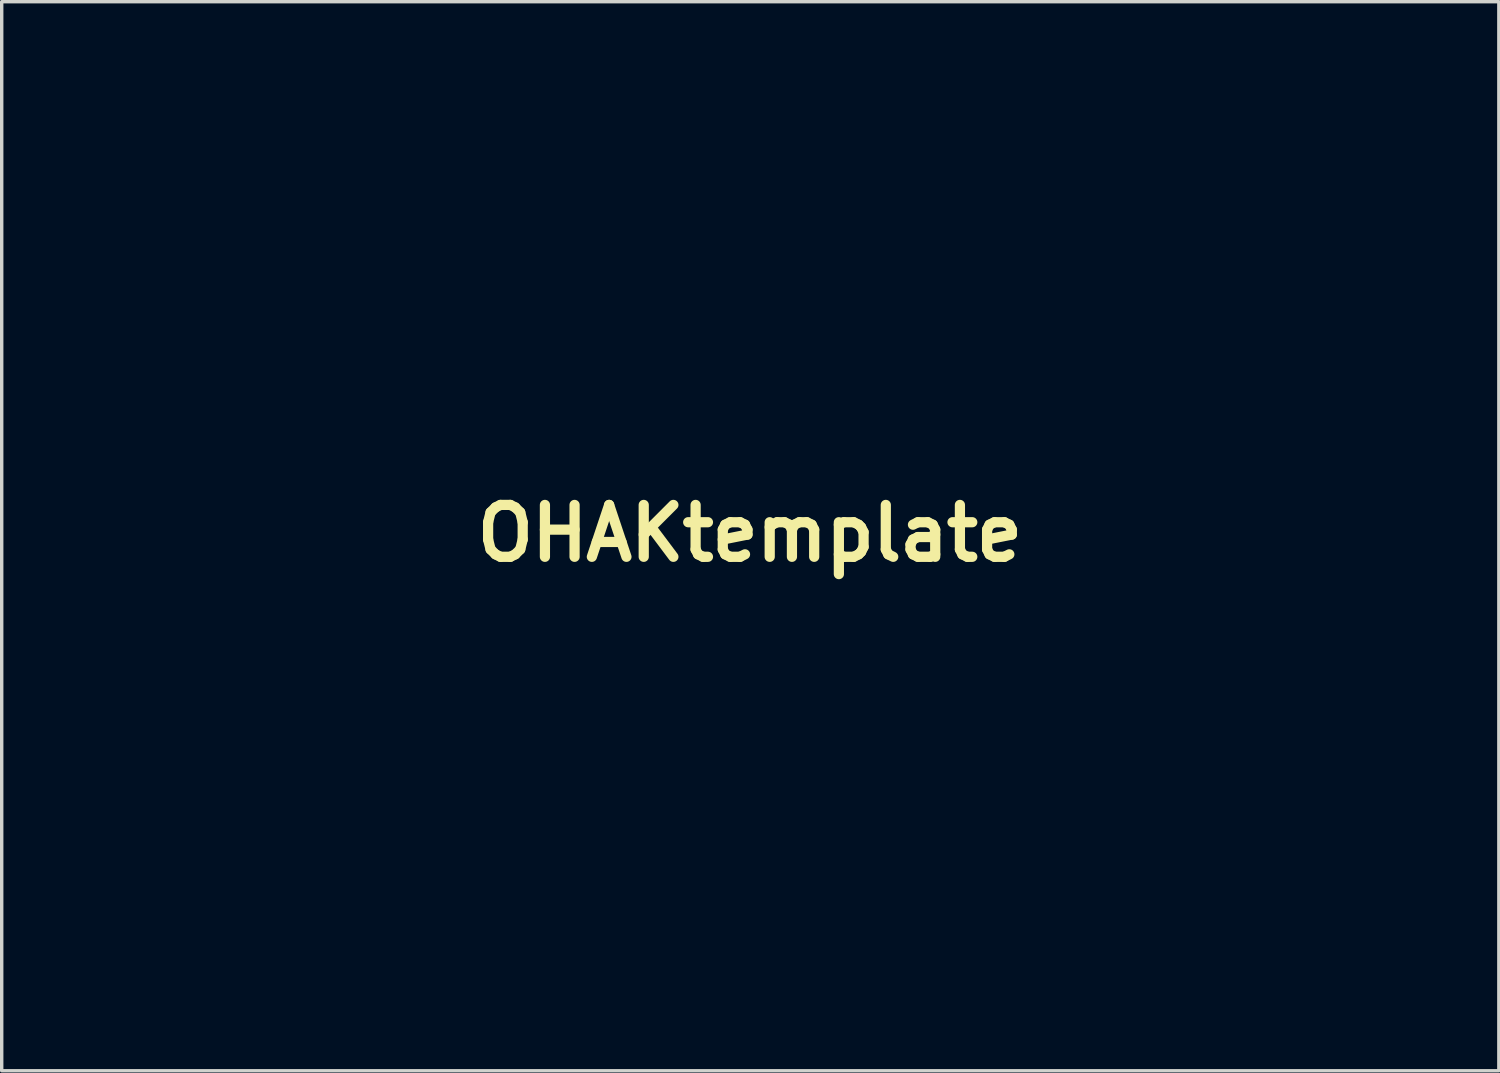
<source format=kicad_pcb>
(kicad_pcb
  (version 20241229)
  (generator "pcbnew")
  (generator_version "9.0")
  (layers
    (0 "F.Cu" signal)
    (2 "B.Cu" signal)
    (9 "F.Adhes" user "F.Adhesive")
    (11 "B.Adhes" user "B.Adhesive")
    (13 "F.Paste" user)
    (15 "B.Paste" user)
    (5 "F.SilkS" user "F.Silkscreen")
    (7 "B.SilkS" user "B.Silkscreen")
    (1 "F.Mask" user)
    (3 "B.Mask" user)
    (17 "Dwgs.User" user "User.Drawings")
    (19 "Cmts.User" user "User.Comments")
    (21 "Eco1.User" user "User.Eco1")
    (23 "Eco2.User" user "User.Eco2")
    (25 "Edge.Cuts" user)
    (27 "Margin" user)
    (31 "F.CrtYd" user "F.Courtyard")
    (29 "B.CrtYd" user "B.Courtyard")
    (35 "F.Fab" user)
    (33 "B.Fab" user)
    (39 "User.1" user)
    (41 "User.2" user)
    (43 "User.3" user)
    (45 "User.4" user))
  (footprint "OHAKtemplate"
    (layer "F.Cu")
    (at 18.983 12.619)
    (property "Reference" "OHAKtemplate" (at 0 0 0) (layer "F.SilkS") (effects (font (size 1.524 1.524) (thickness 0.3))))
    (attr through_hole)
    (fp_poly (pts (xy -6.111 -8.147) (xy -5.985 -7.965) (xy -5.948 -7.544) (xy -5.947 -7.539) (xy -5.957 -7.136) (xy -6.031 -7.012) (xy -6.161 -7.083) (xy -6.437 -7.186) (xy -6.623 -7.083) (xy -6.771 -7.015) (xy -6.833 -7.181) (xy -6.837 -7.539) (xy -6.8 -7.962) (xy -6.674 -8.146) (xy -6.395 -8.186) (xy -6.392 -8.186) (xy -6.111 -8.147)) (stroke (width 0.01) (type solid)) (fill no) (layer "Eco1.User"))
    (fp_poly (pts (xy -4.845 -5.666) (xy -4.715 -5.47) (xy -4.71 -5.383) (xy -4.831 -5.097) (xy -5.004 -5.041) (xy -5.207 -5.022) (xy -5.116 -4.931) (xy -5.001 -4.863) (xy -4.801 -4.659) (xy -4.8 -4.531) (xy -5.043 -4.397) (xy -5.392 -4.39) (xy -5.607 -4.486) (xy -5.684 -4.716) (xy -5.719 -5.125) (xy -5.719 -5.158) (xy -5.687 -5.542) (xy -5.529 -5.694) (xy -5.215 -5.719) (xy -4.845 -5.666)) (stroke (width 0.01) (type solid)) (fill no) (layer "Eco1.User"))
    (fp_poly (pts (xy -9.867 -8.653) (xy -9.661 -8.393) (xy -9.736 -7.981) (xy -9.83 -7.814) (xy -9.988 -7.527) (xy -9.938 -7.388) (xy -9.823 -7.334) (xy -9.654 -7.167) (xy -9.671 -7.066) (xy -9.888 -6.949) (xy -10.255 -6.902) (xy -10.636 -6.923) (xy -10.894 -7.012) (xy -10.934 -7.083) (xy -10.813 -7.308) (xy -10.522 -7.593) (xy -10.513 -7.6) (xy -10.204 -7.924) (xy -10.099 -8.207) (xy -10.209 -8.372) (xy -10.403 -8.379) (xy -10.694 -8.412) (xy -10.782 -8.495) (xy -10.685 -8.624) (xy -10.358 -8.71) (xy -10.324 -8.714) (xy -9.867 -8.653)) (stroke (width 0.01) (type solid)) (fill no) (layer "Eco1.User"))
    (fp_poly (pts (xy -8.534 -8.664) (xy -8.31 -8.345) (xy -8.245 -7.813) (xy -8.337 -7.3) (xy -8.575 -6.984) (xy -8.894 -6.909) (xy -9.228 -7.121) (xy -9.242 -7.137) (xy -9.36 -7.455) (xy -9.388 -7.839) (xy -9.059 -7.839) (xy -8.971 -7.563) (xy -8.804 -7.463) (xy -8.748 -7.485) (xy -8.604 -7.723) (xy -8.579 -7.906) (xy -8.657 -8.223) (xy -8.829 -8.343) (xy -9 -8.211) (xy -9.019 -8.169) (xy -9.059 -7.839) (xy -9.388 -7.839) (xy -9.394 -7.928) (xy -9.389 -8.02) (xy -9.315 -8.458) (xy -9.146 -8.662) (xy -8.934 -8.72) (xy -8.534 -8.664)) (stroke (width 0.01) (type solid)) (fill no) (layer "Eco1.User"))
    (fp_poly (pts (xy -2.23 -8.737) (xy -2.031 -8.631) (xy -2.019 -8.579) (xy -2.161 -8.447) (xy -2.397 -8.408) (xy -2.649 -8.396) (xy -2.617 -8.331) (xy -2.356 -8.194) (xy -1.977 -7.87) (xy -1.877 -7.47) (xy -2.025 -7.141) (xy -2.395 -6.919) (xy -2.811 -6.975) (xy -3.028 -7.149) (xy -3.13 -7.332) (xy -2.971 -7.396) (xy -2.796 -7.401) (xy -2.441 -7.486) (xy -2.355 -7.657) (xy -2.446 -7.831) (xy -2.76 -7.811) (xy -2.775 -7.807) (xy -3.106 -7.808) (xy -3.206 -8.043) (xy -3.094 -8.481) (xy -2.9 -8.649) (xy -2.566 -8.739) (xy -2.23 -8.737)) (stroke (width 0.01) (type solid)) (fill no) (layer "Eco1.User"))
    (fp_poly (pts (xy -3.995 -8.716) (xy -3.589 -8.617) (xy -3.415 -8.381) (xy -3.393 -8.271) (xy -3.468 -7.856) (xy -3.627 -7.667) (xy -3.822 -7.493) (xy -3.738 -7.39) (xy -3.64 -7.35) (xy -3.403 -7.173) (xy -3.364 -7.07) (xy -3.507 -6.959) (xy -3.843 -6.905) (xy -4.232 -6.91) (xy -4.535 -6.98) (xy -4.61 -7.039) (xy -4.556 -7.232) (xy -4.313 -7.544) (xy -4.199 -7.659) (xy -3.822 -8.072) (xy -3.725 -8.313) (xy -3.91 -8.379) (xy -4.121 -8.342) (xy -4.442 -8.314) (xy -4.541 -8.48) (xy -4.542 -8.502) (xy -4.449 -8.686) (xy -4.125 -8.725) (xy -3.995 -8.716)) (stroke (width 0.01) (type solid)) (fill no) (layer "Eco1.User"))
    (fp_poly (pts (xy -14.146 9.12) (xy -13.496 9.139) (xy -13.081 9.17) (xy -12.952 9.206) (xy -13.111 9.248) (xy -13.548 9.278) (xy -14.206 9.294) (xy -15.027 9.295) (xy -15.517 9.288) (xy -16.667 9.27) (xy -17.521 9.272) (xy -18.12 9.301) (xy -18.506 9.366) (xy -18.72 9.476) (xy -18.801 9.638) (xy -18.792 9.863) (xy -18.774 9.96) (xy -18.616 10.507) (xy -18.417 10.988) (xy -18.249 11.399) (xy -18.257 11.557) (xy -18.418 11.438) (xy -18.607 11.18) (xy -18.81 10.685) (xy -18.911 10.055) (xy -18.915 9.946) (xy -18.924 9.168) (xy -15.938 9.122) (xy -14.978 9.114) (xy -14.146 9.12)) (stroke (width 0.01) (type solid)) (fill no) (layer "Eco1.User"))
    (fp_poly (pts (xy -3.366 -5.674) (xy -3.205 -5.515) (xy -3.196 -5.435) (xy -3.17 -5.259) (xy -3.051 -5.353) (xy -2.957 -5.477) (xy -2.729 -5.714) (xy -2.62 -5.667) (xy -2.637 -5.37) (xy -2.788 -4.856) (xy -2.812 -4.789) (xy -3.084 -4.187) (xy -3.334 -3.913) (xy -3.568 -3.961) (xy -3.584 -3.976) (xy -3.592 -4.181) (xy -3.512 -4.314) (xy -3.406 -4.628) (xy -3.453 -5.006) (xy -3.615 -5.301) (xy -3.788 -5.383) (xy -3.985 -5.232) (xy -4.037 -4.878) (xy -4.086 -4.524) (xy -4.203 -4.374) (xy -4.205 -4.374) (xy -4.311 -4.523) (xy -4.369 -4.896) (xy -4.374 -5.046) (xy -4.356 -5.477) (xy -4.246 -5.669) (xy -3.958 -5.718) (xy -3.785 -5.719) (xy -3.366 -5.674)) (stroke (width 0.01) (type solid)) (fill no) (layer "Eco1.User"))
    (fp_poly (pts (xy -6.302 -6.143) (xy -6.081 -5.865) (xy -5.942 -5.573) (xy -6.025 -5.405) (xy -6.082 -5.365) (xy -6.222 -5.207) (xy -6.139 -4.956) (xy -6.086 -4.867) (xy -5.943 -4.523) (xy -6.049 -4.382) (xy -6.301 -4.432) (xy -6.498 -4.658) (xy -6.56 -4.957) (xy -6.647 -5.299) (xy -6.813 -5.383) (xy -7.021 -5.261) (xy -7.05 -5.006) (xy -6.897 -4.794) (xy -6.735 -4.579) (xy -6.728 -4.532) (xy -6.847 -4.39) (xy -7.092 -4.398) (xy -7.295 -4.539) (xy -7.317 -4.584) (xy -7.398 -4.996) (xy -7.437 -5.541) (xy -7.427 -5.929) (xy -7.321 -6.177) (xy -7.154 -6.2) (xy -7.065 -5.981) (xy -7.065 -5.972) (xy -6.93 -5.749) (xy -6.813 -5.719) (xy -6.59 -5.854) (xy -6.56 -5.972) (xy -6.488 -6.201) (xy -6.302 -6.143)) (stroke (width 0.01) (type solid)) (fill no) (layer "Eco1.User"))
    (fp_poly (pts (xy 18.997 9.913) (xy 18.873 10.581) (xy 18.514 11.288) (xy 17.985 11.929) (xy 17.521 12.299) (xy 16.755 12.784) (xy 0.009 12.78) (xy -16.737 12.776) (xy -17.368 12.411) (xy -17.828 12.11) (xy -17.985 11.94) (xy -17.856 11.921) (xy -17.457 12.078) (xy -17.217 12.2) (xy -16.435 12.616) (xy -0.048 12.616) (xy 2.664 12.616) (xy 5.061 12.615) (xy 7.162 12.614) (xy 8.989 12.611) (xy 10.563 12.606) (xy 11.903 12.599) (xy 13.03 12.589) (xy 13.966 12.577) (xy 14.731 12.561) (xy 15.345 12.541) (xy 15.829 12.517) (xy 16.204 12.489) (xy 16.49 12.455) (xy 16.709 12.416) (xy 16.88 12.371) (xy 17.024 12.319) (xy 17.136 12.273) (xy 17.774 11.903) (xy 18.249 11.38) (xy 18.62 10.628) (xy 18.77 10.191) (xy 18.904 9.812) (xy 18.975 9.744) (xy 18.997 9.913)) (stroke (width 0.01) (type solid)) (fill no) (layer "Eco1.User"))
    (fp_poly (pts (xy -9.775 -6.088) (xy -9.756 -5.972) (xy -9.617 -5.765) (xy -9.431 -5.719) (xy -9.123 -5.578) (xy -8.999 -5.38) (xy -8.856 -5.148) (xy -8.742 -5.133) (xy -8.661 -5.346) (xy -8.688 -5.472) (xy -8.669 -5.65) (xy -8.388 -5.716) (xy -8.26 -5.719) (xy -7.925 -5.694) (xy -7.777 -5.555) (xy -7.739 -5.204) (xy -7.738 -5.046) (xy -7.762 -4.612) (xy -7.871 -4.419) (xy -8.12 -4.374) (xy -8.138 -4.374) (xy -8.544 -4.479) (xy -8.756 -4.636) (xy -8.944 -4.813) (xy -9.077 -4.712) (xy -9.121 -4.636) (xy -9.39 -4.432) (xy -9.681 -4.374) (xy -9.917 -4.399) (xy -10.04 -4.529) (xy -10.086 -4.847) (xy -10.09 -5.13) (xy -9.756 -5.13) (xy -9.665 -4.907) (xy -9.588 -4.878) (xy -9.439 -5.014) (xy -9.42 -5.13) (xy -9.511 -5.354) (xy -9.588 -5.383) (xy -9.737 -5.247) (xy -9.756 -5.13) (xy -10.09 -5.13) (xy -10.093 -5.299) (xy -10.065 -5.805) (xy -9.994 -6.141) (xy -9.925 -6.224) (xy -9.775 -6.088)) (stroke (width 0.01) (type solid)) (fill no) (layer "Eco1.User"))
    (fp_poly (pts (xy 7.362 -12.614) (xy 9.25 -12.61) (xy 10.883 -12.603) (xy 12.28 -12.591) (xy 13.461 -12.572) (xy 14.449 -12.546) (xy 15.261 -12.511) (xy 15.919 -12.466) (xy 16.443 -12.409) (xy 16.852 -12.34) (xy 17.168 -12.257) (xy 17.411 -12.159) (xy 17.6 -12.045) (xy 17.756 -11.913) (xy 17.899 -11.762) (xy 18.049 -11.591) (xy 18.138 -11.492) (xy 18.508 -11.043) (xy 18.787 -10.618) (xy 18.853 -10.479) (xy 18.986 -9.933) (xy 18.986 -9.436) (xy 18.858 -9.097) (xy 18.76 -9.024) (xy 18.507 -8.988) (xy 17.999 -8.958) (xy 17.302 -8.934) (xy 16.484 -8.917) (xy 15.614 -8.908) (xy 14.758 -8.907) (xy 13.984 -8.915) (xy 13.359 -8.932) (xy 12.951 -8.957) (xy 12.827 -8.984) (xy 12.954 -9.016) (xy 13.365 -9.044) (xy 14.011 -9.065) (xy 14.839 -9.079) (xy 15.705 -9.083) (xy 16.838 -9.086) (xy 17.674 -9.103) (xy 18.251 -9.15) (xy 18.609 -9.241) (xy 18.786 -9.392) (xy 18.821 -9.617) (xy 18.754 -9.931) (xy 18.667 -10.212) (xy 18.25 -11.023) (xy 17.589 -11.731) (xy 17.074 -12.084) (xy 16.969 -12.13) (xy 16.819 -12.171) (xy 16.604 -12.207) (xy 16.304 -12.238) (xy 15.898 -12.265) (xy 15.368 -12.288) (xy 14.693 -12.307) (xy 13.852 -12.322) (xy 12.827 -12.335) (xy 11.597 -12.345) (xy 10.142 -12.352) (xy 8.443 -12.357) (xy 6.478 -12.361) (xy 4.229 -12.363) (xy 1.676 -12.363) (xy 0 -12.364) (xy -2.778 -12.364) (xy -5.239 -12.365) (xy -7.404 -12.364) (xy -9.292 -12.361) (xy -10.925 -12.355) (xy -12.321 -12.344) (xy -13.501 -12.327) (xy -14.485 -12.303) (xy -15.293 -12.271) (xy -15.945 -12.229) (xy -16.461 -12.176) (xy -16.861 -12.111) (xy -17.165 -12.033) (xy -17.394 -11.94) (xy -17.567 -11.832) (xy -17.704 -11.707) (xy -17.825 -11.564) (xy -17.951 -11.401) (xy -18.058 -11.269) (xy -18.357 -10.815) (xy -18.603 -10.271) (xy -18.759 -9.744) (xy -18.787 -9.346) (xy -18.753 -9.248) (xy -18.553 -9.189) (xy -18.061 -9.141) (xy -17.319 -9.106) (xy -16.372 -9.087) (xy -15.728 -9.083) (xy -14.771 -9.077) (xy -13.937 -9.057) (xy -13.281 -9.028) (xy -12.859 -8.992) (xy -12.726 -8.957) (xy -12.843 -8.896) (xy -13.256 -8.855) (xy -13.926 -8.836) (xy -14.815 -8.839) (xy -15.881 -8.864) (xy -17.087 -8.912) (xy -17.158 -8.915) (xy -17.946 -8.957) (xy -18.459 -9.002) (xy -18.76 -9.067) (xy -18.909 -9.167) (xy -18.968 -9.318) (xy -18.978 -9.381) (xy -18.925 -10.1) (xy -18.613 -10.851) (xy -18.097 -11.549) (xy -17.432 -12.108) (xy -17.08 -12.3) (xy -16.955 -12.351) (xy -16.803 -12.396) (xy -16.604 -12.436) (xy -16.339 -12.47) (xy -15.985 -12.5) (xy -15.524 -12.525) (xy -14.935 -12.546) (xy -14.196 -12.563) (xy -13.288 -12.577) (xy -12.19 -12.588) (xy -10.882 -12.596) (xy -9.343 -12.602) (xy -7.552 -12.607) (xy -5.489 -12.609) (xy -3.134 -12.611) (xy -0.467 -12.612) (xy -0.037 -12.612) (xy 2.739 -12.613) (xy 5.199 -12.614) (xy 7.362 -12.614)) (stroke (width 0.01) (type solid)) (fill no) (layer "Eco1.User"))
    (fp_poly (pts (xy 2.529 -11.606) (xy 4.655 -11.602) (xy 6.484 -11.596) (xy 8.032 -11.587) (xy 9.32 -11.574) (xy 10.366 -11.558) (xy 11.189 -11.538) (xy 11.808 -11.514) (xy 12.241 -11.485) (xy 12.509 -11.452) (xy 12.629 -11.413) (xy 12.64 -11.396) (xy 12.646 -11.194) (xy 12.655 -10.686) (xy 12.666 -9.901) (xy 12.68 -8.869) (xy 12.695 -7.621) (xy 12.712 -6.185) (xy 12.729 -4.592) (xy 12.748 -2.872) (xy 12.766 -1.093) (xy 12.868 8.999) (xy 15.808 9.046) (xy 16.771 9.067) (xy 17.616 9.099) (xy 18.285 9.137) (xy 18.723 9.179) (xy 18.869 9.214) (xy 18.75 9.249) (xy 18.345 9.275) (xy 17.703 9.289) (xy 16.875 9.291) (xy 15.937 9.28) (xy 14.842 9.257) (xy 14.033 9.23) (xy 13.462 9.194) (xy 13.078 9.143) (xy 12.832 9.071) (xy 12.675 8.974) (xy 12.604 8.901) (xy 12.286 8.652) (xy 12.049 8.579) (xy 11.928 8.619) (xy 11.848 8.778) (xy 11.801 9.111) (xy 11.78 9.675) (xy 11.775 10.429) (xy 11.775 12.279) (xy -1.514 12.279) (xy -1.514 11.102) (xy -1.177 11.102) (xy -1.177 11.943) (xy 11.607 11.943) (xy 11.607 11.102) (xy -1.177 11.102) (xy -1.514 11.102) (xy -1.514 9.083) (xy -1.177 9.083) (xy -1.158 9.546) (xy -1.125 9.8) (xy -1.068 9.737) (xy -1.062 9.714) (xy -0.915 9.463) (xy -0.746 9.453) (xy -0.673 9.672) (xy -0.541 9.869) (xy -0.238 9.94) (xy 0.097 9.891) (xy 0.325 9.728) (xy 0.356 9.63) (xy 0.379 9.423) (xy 0.429 9.542) (xy 0.452 9.63) (xy 0.637 9.838) (xy 0.964 9.93) (xy 1.296 9.903) (xy 1.499 9.749) (xy 1.514 9.672) (xy 1.605 9.448) (xy 1.682 9.42) (xy 1.831 9.556) (xy 1.85 9.672) (xy 2.001 9.873) (xy 2.355 9.925) (xy 2.725 9.872) (xy 2.868 9.666) (xy 2.883 9.546) (xy 2.905 9.168) (xy 2.978 9.546) (xy 3.122 9.831) (xy 3.466 9.923) (xy 3.544 9.925) (xy 3.936 9.848) (xy 4.037 9.672) (xy 4.128 9.448) (xy 4.205 9.42) (xy 4.355 9.556) (xy 4.374 9.672) (xy 4.505 9.869) (xy 4.807 9.94) (xy 5.139 9.892) (xy 5.361 9.73) (xy 5.388 9.63) (xy 5.41 9.428) (xy 5.514 9.498) (xy 5.617 9.63) (xy 5.905 9.85) (xy 6.24 9.919) (xy 6.495 9.831) (xy 6.56 9.672) (xy 6.651 9.448) (xy 6.728 9.42) (xy 6.878 9.556) (xy 6.897 9.672) (xy 7.047 9.873) (xy 7.401 9.925) (xy 7.802 9.849) (xy 7.906 9.672) (xy 7.997 9.448) (xy 8.074 9.42) (xy 8.223 9.556) (xy 8.242 9.672) (xy 8.389 9.875) (xy 8.663 9.925) (xy 9.001 9.837) (xy 9.083 9.672) (xy 9.174 9.448) (xy 9.252 9.42) (xy 9.401 9.556) (xy 9.42 9.672) (xy 9.557 9.845) (xy 9.868 9.925) (xy 10.206 9.904) (xy 10.423 9.777) (xy 10.442 9.714) (xy 10.476 9.59) (xy 10.541 9.714) (xy 10.755 9.875) (xy 11.042 9.925) (xy 11.319 9.98) (xy 11.354 10.093) (xy 11.117 10.234) (xy 10.924 10.261) (xy 10.655 10.351) (xy 10.595 10.471) (xy 10.553 10.589) (xy 10.467 10.485) (xy 10.237 10.377) (xy 9.787 10.314) (xy 9.233 10.297) (xy 8.687 10.325) (xy 8.264 10.401) (xy 8.116 10.469) (xy 7.935 10.543) (xy 7.906 10.45) (xy 7.768 10.312) (xy 7.451 10.265) (xy 7.098 10.306) (xy 6.852 10.433) (xy 6.827 10.471) (xy 6.716 10.595) (xy 6.63 10.471) (xy 6.391 10.299) (xy 6.011 10.277) (xy 5.653 10.406) (xy 5.585 10.463) (xy 5.418 10.58) (xy 5.383 10.463) (xy 5.245 10.318) (xy 4.928 10.266) (xy 4.574 10.305) (xy 4.328 10.433) (xy 4.303 10.471) (xy 4.193 10.595) (xy 4.107 10.471) (xy 3.885 10.319) (xy 3.518 10.261) (xy 3.161 10.324) (xy 3.025 10.471) (xy 2.982 10.587) (xy 2.899 10.488) (xy 2.668 10.379) (xy 2.216 10.315) (xy 1.656 10.295) (xy 1.102 10.319) (xy 0.665 10.387) (xy 0.465 10.488) (xy 0.358 10.584) (xy 0.339 10.471) (xy 0.19 10.318) (xy -0.154 10.261) (xy -0.534 10.326) (xy -0.73 10.471) (xy -0.846 10.578) (xy -0.994 10.429) (xy -1.136 10.273) (xy -1.174 10.423) (xy -1.175 10.471) (xy -1.158 10.547) (xy -1.084 10.608) (xy -0.923 10.657) (xy -0.642 10.694) (xy -0.212 10.722) (xy 0.4 10.742) (xy 1.225 10.754) (xy 2.294 10.762) (xy 3.638 10.765) (xy 5.215 10.766) (xy 11.607 10.766) (xy 11.607 9.083) (xy -1.177 9.083) (xy -1.514 9.083) (xy -1.514 8.641) (xy 1.223 8.641) (xy 1.311 8.65) (xy 1.69 8.657) (xy 2.344 8.663) (xy 3.256 8.668) (xy 4.412 8.67) (xy 5.215 8.671) (xy 6.509 8.67) (xy 7.569 8.666) (xy 8.379 8.661) (xy 8.924 8.655) (xy 9.189 8.647) (xy 9.157 8.637) (xy 8.814 8.627) (xy 8.453 8.621) (xy 7.121 8.607) (xy 5.603 8.601) (xy 4.048 8.603) (xy 2.605 8.613) (xy 1.976 8.621) (xy 1.439 8.632) (xy 1.223 8.641) (xy -1.514 8.641) (xy -1.514 8.579) (xy -6.981 8.579) (xy -8.644 8.584) (xy -10.02 8.599) (xy -11.098 8.624) (xy -11.868 8.658) (xy -12.32 8.702) (xy -12.448 8.747) (xy -12.576 8.91) (xy -12.616 8.915) (xy -12.658 8.748) (xy -12.694 8.249) (xy -12.724 7.424) (xy -12.748 6.279) (xy -12.767 4.817) (xy -12.778 3.044) (xy -12.784 0.965) (xy -12.784 0.178) (xy -12.781 -1.973) (xy -12.771 -3.84) (xy -12.755 -5.414) (xy -12.733 -6.688) (xy -12.706 -7.654) (xy -12.672 -8.303) (xy -12.633 -8.626) (xy -12.616 -8.663) (xy -12.539 -8.868) (xy -12.481 -9.324) (xy -12.45 -9.946) (xy -12.448 -10.187) (xy -12.448 -11.27) (xy -12.279 -11.27) (xy -12.279 8.242) (xy -6.897 8.242) (xy -5.411 8.242) (xy -4.227 8.239) (xy -3.311 8.231) (xy -2.628 8.216) (xy -2.145 8.192) (xy -1.826 8.157) (xy -1.638 8.109) (xy -1.589 8.074) (xy -1.177 8.074) (xy -1.011 8.122) (xy -0.515 8.162) (xy 0.3 8.195) (xy 1.428 8.219) (xy 2.861 8.235) (xy 4.589 8.242) (xy 5.215 8.242) (xy 7.038 8.238) (xy 8.568 8.225) (xy 9.796 8.203) (xy 10.714 8.174) (xy 11.314 8.136) (xy 11.589 8.091) (xy 11.607 8.074) (xy 11.44 8.026) (xy 10.945 7.986) (xy 10.129 7.954) (xy 9.001 7.929) (xy 7.569 7.914) (xy 5.84 7.906) (xy 5.215 7.906) (xy 3.391 7.91) (xy 1.861 7.923) (xy 0.633 7.945) (xy -0.285 7.975) (xy -0.885 8.012) (xy -1.16 8.058) (xy -1.177 8.074) (xy -1.589 8.074) (xy -1.546 8.045) (xy -1.516 7.963) (xy -1.514 7.906) (xy -1.506 7.821) (xy -1.461 7.752) (xy -1.348 7.697) (xy -1.137 7.655) (xy -0.797 7.623) (xy -0.296 7.6) (xy 0.396 7.585) (xy 1.31 7.576) (xy 2.477 7.571) (xy 3.928 7.57) (xy 5.13 7.57) (xy 6.799 7.57) (xy 8.162 7.572) (xy 9.25 7.578) (xy 10.094 7.589) (xy 10.726 7.606) (xy 11.175 7.631) (xy 11.474 7.666) (xy 11.652 7.713) (xy 11.741 7.772) (xy 11.772 7.845) (xy 11.775 7.906) (xy 11.88 8.18) (xy 12.027 8.242) (xy 12.081 8.211) (xy 12.127 8.1) (xy 12.165 7.886) (xy 12.196 7.543) (xy 12.221 7.047) (xy 12.241 6.374) (xy 12.256 5.498) (xy 12.267 4.396) (xy 12.274 3.042) (xy 12.278 1.412) (xy 12.279 -0.518) (xy 12.279 -1.514) (xy 12.279 -11.27) (xy -12.279 -11.27) (xy -12.448 -11.27) (xy -12.448 -11.607) (xy 0.084 -11.607) (xy 2.529 -11.606)) (stroke (width 0.01) (type solid)) (fill no) (layer "Eco1.User")))
  (gr_rect
    (start -3 -3)
    (end 40.985 28.408)
    (stroke (width 0.1) (type default))
    (fill no)
    (layer "Edge.Cuts")))
</source>
